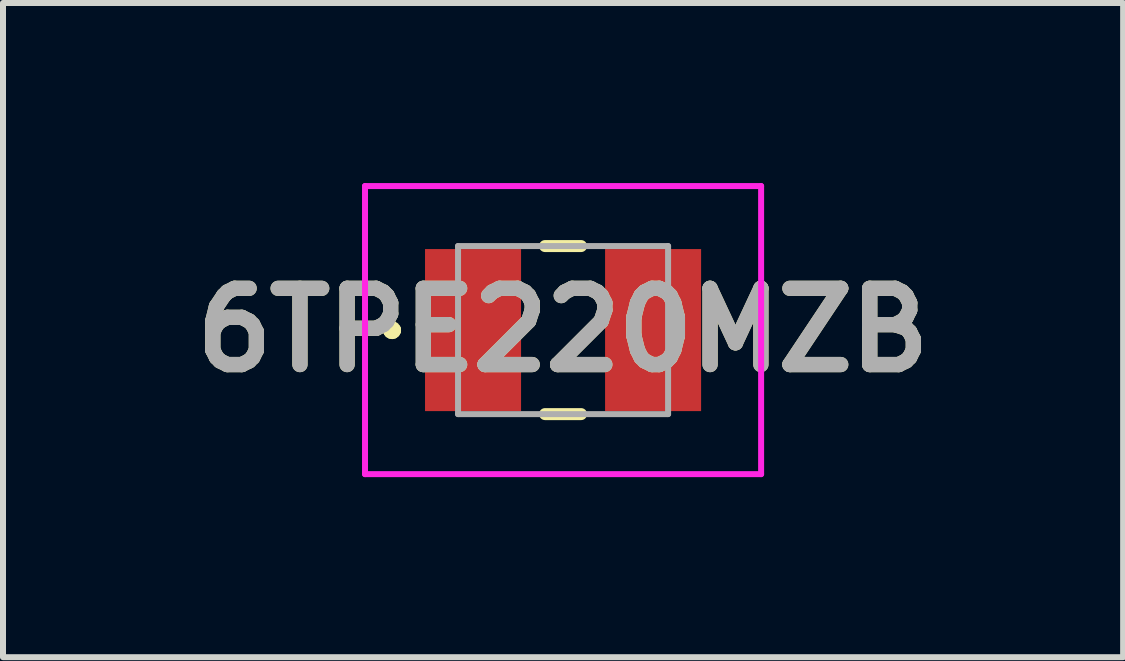
<source format=kicad_pcb>
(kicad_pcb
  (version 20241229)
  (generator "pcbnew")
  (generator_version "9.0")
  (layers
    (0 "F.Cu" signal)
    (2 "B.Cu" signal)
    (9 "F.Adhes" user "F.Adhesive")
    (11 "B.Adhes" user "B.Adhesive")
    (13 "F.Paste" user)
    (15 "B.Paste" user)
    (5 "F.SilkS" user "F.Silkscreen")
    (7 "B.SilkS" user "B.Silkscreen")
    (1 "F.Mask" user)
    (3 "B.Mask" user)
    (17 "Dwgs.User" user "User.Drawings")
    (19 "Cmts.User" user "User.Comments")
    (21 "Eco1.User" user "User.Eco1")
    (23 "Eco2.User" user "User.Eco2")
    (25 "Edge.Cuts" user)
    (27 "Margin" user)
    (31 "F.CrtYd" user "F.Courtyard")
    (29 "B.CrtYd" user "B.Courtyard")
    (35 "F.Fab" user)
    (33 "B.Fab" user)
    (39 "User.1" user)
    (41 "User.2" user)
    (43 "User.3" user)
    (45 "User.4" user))
  (footprint "6TPE220MZB"
    (layer "F.Cu")
    (at 6.332 2.45)
    (property "Reference" "6TPE220MZB" (at 0 0 0) (layer "F.SilkS") (effects (font (size 1.27 1.27) (thickness 0.254))))
    (attr smd)
    (fp_line (start -2.9 0) (end -2.9 0) (stroke (width 0.2) (type solid)) (layer "F.SilkS"))
    (fp_line (start -2.9 0) (end -2.9 0) (stroke (width 0.2) (type solid)) (layer "F.SilkS"))
    (fp_line (start -2.8 0) (end -2.8 0) (stroke (width 0.2) (type solid)) (layer "F.SilkS"))
    (fp_line (start -0.3 -1.4) (end 0.3 -1.4) (stroke (width 0.2) (type solid)) (layer "F.SilkS"))
    (fp_line (start -0.3 1.4) (end 0.3 1.4) (stroke (width 0.2) (type solid)) (layer "F.SilkS"))
    (fp_arc (start -2.9 0) (mid -2.85 -0.05) (end -2.8 0) (stroke (width 0.2) (type solid)) (layer "F.SilkS"))
    (fp_arc (start -2.8 0) (mid -2.85 0.05) (end -2.9 0) (stroke (width 0.2) (type solid)) (layer "F.SilkS"))
    (fp_arc (start -2.8 0) (mid -2.85 0.05) (end -2.9 0) (stroke (width 0.2) (type solid)) (layer "F.SilkS"))
    (fp_line (start -3.3 -2.4) (end 3.3 -2.4) (stroke (width 0.1) (type solid)) (layer "F.CrtYd"))
    (fp_line (start -3.3 2.4) (end -3.3 -2.4) (stroke (width 0.1) (type solid)) (layer "F.CrtYd"))
    (fp_line (start 3.3 -2.4) (end 3.3 2.4) (stroke (width 0.1) (type solid)) (layer "F.CrtYd"))
    (fp_line (start 3.3 2.4) (end -3.3 2.4) (stroke (width 0.1) (type solid)) (layer "F.CrtYd"))
    (fp_line (start -1.75 -1.4) (end -1.75 1.4) (stroke (width 0.1) (type solid)) (layer "F.Fab"))
    (fp_line (start -1.75 1.4) (end 1.75 1.4) (stroke (width 0.1) (type solid)) (layer "F.Fab"))
    (fp_line (start 1.75 -1.4) (end -1.75 -1.4) (stroke (width 0.1) (type solid)) (layer "F.Fab"))
    (fp_line (start 1.75 1.4) (end 1.75 -1.4) (stroke (width 0.1) (type solid)) (layer "F.Fab"))
    (fp_text user "${REFERENCE}" (at 0 0 0) (layer "F.Fab") (effects (font (size 1.27 1.27) (thickness 0.254))))
    (pad "1" smd rect (at -1.5 0) (size 1.6 2.7) (layers "F.Cu" "F.Mask" "F.Paste"))
    (pad "2" smd rect (at 1.5 0) (size 1.6 2.7) (layers "F.Cu" "F.Mask" "F.Paste")))
  (gr_rect
    (start -3 -3)
    (end 15.664 7.9)
    (stroke (width 0.1) (type default))
    (fill no)
    (layer "Edge.Cuts")))
</source>
